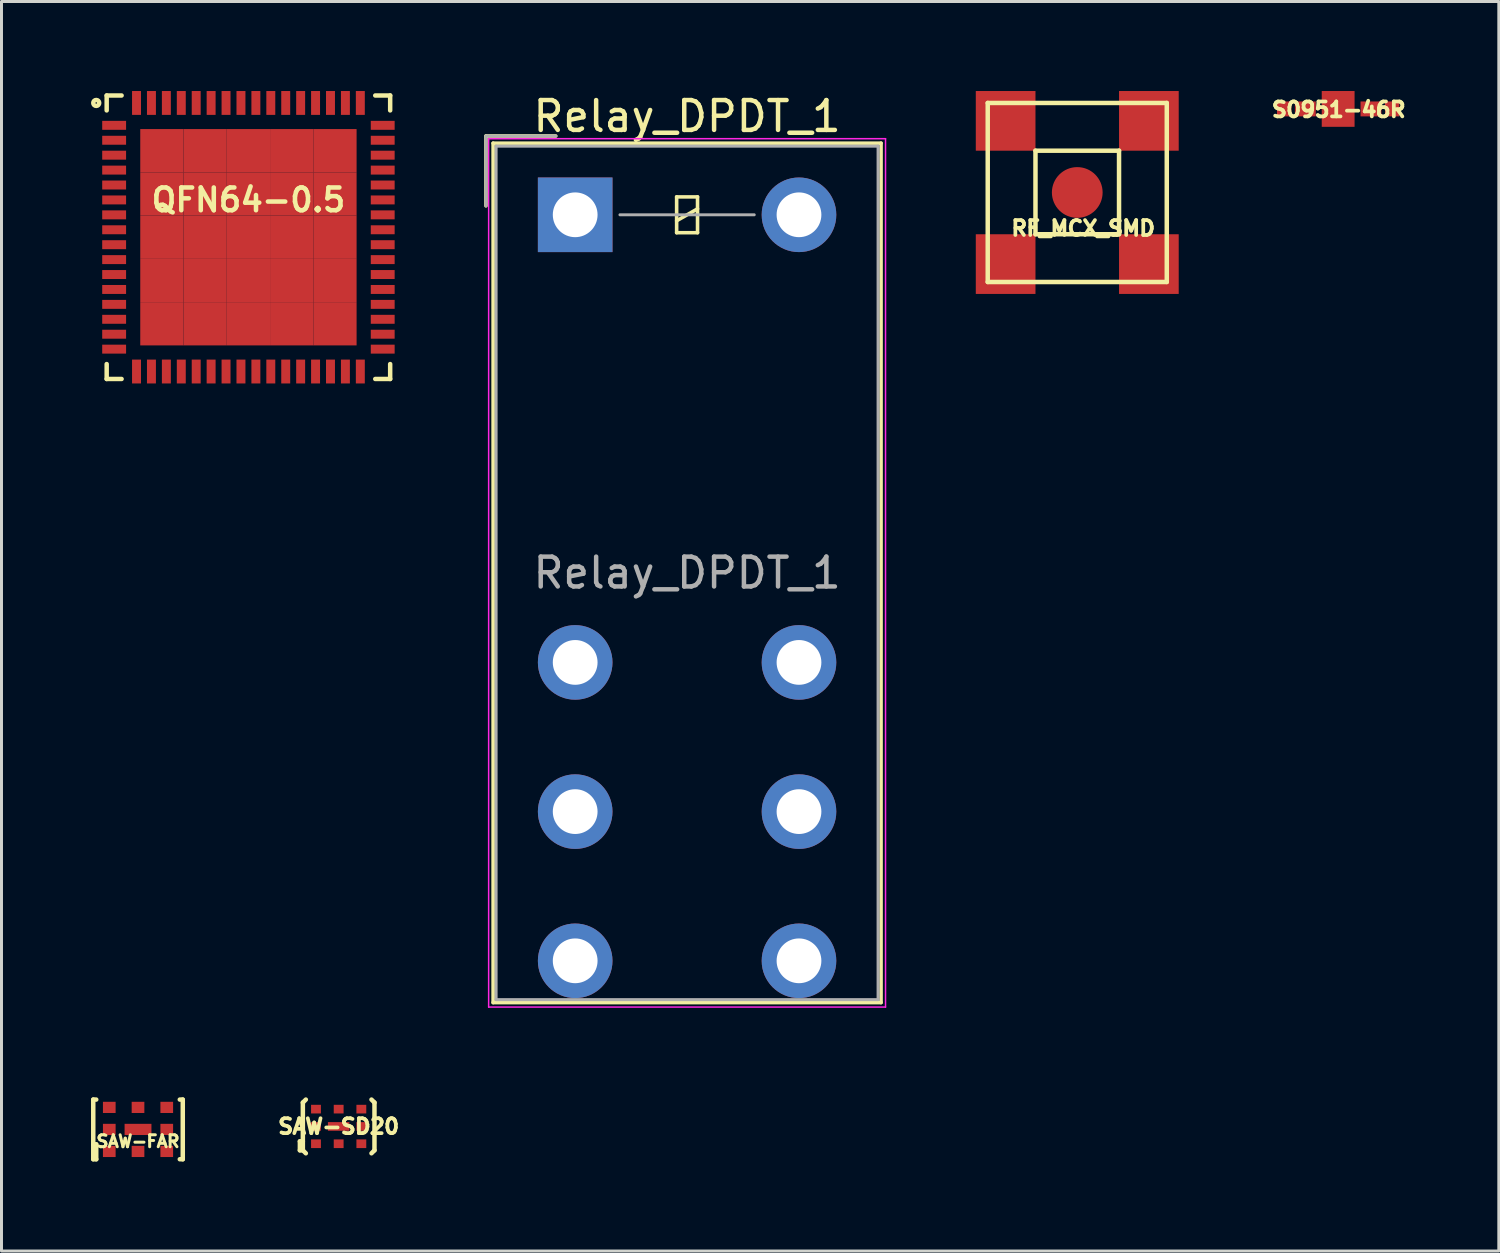
<source format=kicad_pcb>
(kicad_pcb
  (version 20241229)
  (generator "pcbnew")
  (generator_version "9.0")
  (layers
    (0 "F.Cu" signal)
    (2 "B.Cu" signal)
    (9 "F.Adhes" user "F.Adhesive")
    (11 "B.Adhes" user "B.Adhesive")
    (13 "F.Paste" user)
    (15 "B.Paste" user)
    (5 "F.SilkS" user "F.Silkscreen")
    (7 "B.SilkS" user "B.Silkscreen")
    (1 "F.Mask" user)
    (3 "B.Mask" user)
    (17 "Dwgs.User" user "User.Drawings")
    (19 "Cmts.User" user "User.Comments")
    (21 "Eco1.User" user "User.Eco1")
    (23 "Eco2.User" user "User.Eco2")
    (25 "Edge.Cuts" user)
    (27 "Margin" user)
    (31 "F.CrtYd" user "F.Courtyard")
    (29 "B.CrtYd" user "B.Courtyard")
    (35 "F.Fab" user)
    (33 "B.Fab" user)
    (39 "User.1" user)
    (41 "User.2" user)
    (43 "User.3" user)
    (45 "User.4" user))
  (footprint "SAW-FAR"
    (layer "F.Cu")
    (at 1.575 34.798)
    (property "Reference" "SAW-FAR" (at 0 0.4 0) (layer "F.SilkS") (effects (font (size 0.4 0.4) (thickness 0.1))))
    (attr smd)
    (fp_line (start -1.5 -1) (end -1.4 -1) (stroke (width 0.15) (type solid)) (layer "F.SilkS"))
    (fp_line (start -1.5 1) (end -1.5 -1) (stroke (width 0.15) (type solid)) (layer "F.SilkS"))
    (fp_line (start -1.4 0.5) (end -1.5 0.5) (stroke (width 0.15) (type solid)) (layer "F.SilkS"))
    (fp_line (start -1.4 1) (end -1.5 1) (stroke (width 0.15) (type solid)) (layer "F.SilkS"))
    (fp_line (start -1.4 1) (end -1.4 0.5) (stroke (width 0.15) (type solid)) (layer "F.SilkS"))
    (fp_line (start 1.4 1) (end 1.5 1) (stroke (width 0.15) (type solid)) (layer "F.SilkS"))
    (fp_line (start 1.5 -1) (end 1.4 -1) (stroke (width 0.15) (type solid)) (layer "F.SilkS"))
    (fp_line (start 1.5 1) (end 1.5 -1) (stroke (width 0.15) (type solid)) (layer "F.SilkS"))
    (pad "1" smd rect (at -0.963 0.738) (size 0.425 0.375) (layers "F.Cu" "F.Mask" "F.Paste"))
    (pad "2" smd rect (at 0 0.738) (size 0.425 0.375) (layers "F.Cu" "F.Mask" "F.Paste"))
    (pad "3" smd rect (at 0.963 0.738) (size 0.425 0.375) (layers "F.Cu" "F.Mask" "F.Paste"))
    (pad "4" smd rect (at 0.963 0) (size 0.425 0.375) (layers "F.Cu" "F.Mask" "F.Paste"))
    (pad "5" smd rect (at 0.963 -0.738) (size 0.425 0.375) (layers "F.Cu" "F.Mask" "F.Paste"))
    (pad "6" smd rect (at 0 -0.738) (size 0.425 0.375) (layers "F.Cu" "F.Mask" "F.Paste"))
    (pad "7" smd rect (at -0.963 -0.738) (size 0.425 0.375) (layers "F.Cu" "F.Mask" "F.Paste"))
    (pad "8" smd rect (at -0.963 0) (size 0.425 0.375) (layers "F.Cu" "F.Mask" "F.Paste"))
    (pad "9" smd rect (at 0 0) (size 0.9 0.375) (layers "F.Cu" "F.Mask" "F.Paste")))
  (footprint "Relay_DPDT_1"
    (layer "F.Cu")
    (at 16.225 4.148)
    (property "Reference" "Relay_DPDT_1" (at 3.75 -3.3 0) (layer "F.SilkS") (effects (font (size 1 1) (thickness 0.15))))
    (attr through_hole)
    (fp_line (start -2.99 -2.64) (end -0.65 -2.64) (stroke (width 0.12) (type solid)) (layer "F.SilkS"))
    (fp_line (start -2.99 -0.3) (end -2.99 -2.64) (stroke (width 0.12) (type solid)) (layer "F.SilkS"))
    (fp_line (start -2.75 -2.4) (end -2.75 26.4) (stroke (width 0.12) (type solid)) (layer "F.SilkS"))
    (fp_line (start -2.75 26.4) (end 10.25 26.4) (stroke (width 0.12) (type solid)) (layer "F.SilkS"))
    (fp_line (start 3.4 -0.6) (end 3.4 0.6) (stroke (width 0.12) (type solid)) (layer "F.SilkS"))
    (fp_line (start 3.4 0.2) (end 4.1 -0.2) (stroke (width 0.12) (type solid)) (layer "F.SilkS"))
    (fp_line (start 3.4 0.6) (end 4.1 0.6) (stroke (width 0.12) (type solid)) (layer "F.SilkS"))
    (fp_line (start 4.1 -0.6) (end 3.4 -0.6) (stroke (width 0.12) (type solid)) (layer "F.SilkS"))
    (fp_line (start 4.1 0.6) (end 4.1 -0.6) (stroke (width 0.12) (type solid)) (layer "F.SilkS"))
    (fp_line (start 10.25 -2.4) (end -2.75 -2.4) (stroke (width 0.12) (type solid)) (layer "F.SilkS"))
    (fp_line (start 10.25 26.4) (end 10.25 -2.4) (stroke (width 0.12) (type solid)) (layer "F.SilkS"))
    (fp_line (start -2.9 -2.55) (end -2.9 26.55) (stroke (width 0.05) (type solid)) (layer "F.CrtYd"))
    (fp_line (start -2.9 26.55) (end 10.4 26.55) (stroke (width 0.05) (type solid)) (layer "F.CrtYd"))
    (fp_line (start 10.4 -2.55) (end -2.9 -2.55) (stroke (width 0.05) (type solid)) (layer "F.CrtYd"))
    (fp_line (start 10.4 26.55) (end 10.4 -2.55) (stroke (width 0.05) (type solid)) (layer "F.CrtYd"))
    (fp_line (start -2.99 -2.64) (end -0.65 -2.64) (stroke (width 0.1) (type solid)) (layer "F.Fab"))
    (fp_line (start -2.99 -0.3) (end -2.99 -2.64) (stroke (width 0.1) (type solid)) (layer "F.Fab"))
    (fp_line (start -2.65 -2.3) (end -2.65 26.3) (stroke (width 0.1) (type solid)) (layer "F.Fab"))
    (fp_line (start -2.65 26.3) (end 10.15 26.3) (stroke (width 0.1) (type solid)) (layer "F.Fab"))
    (fp_line (start 1.5 0) (end 6 0) (stroke (width 0.1) (type solid)) (layer "F.Fab"))
    (fp_line (start 10.15 -2.3) (end -2.65 -2.3) (stroke (width 0.1) (type solid)) (layer "F.Fab"))
    (fp_line (start 10.15 26.3) (end 10.15 -2.3) (stroke (width 0.1) (type solid)) (layer "F.Fab"))
    (fp_text user "${REFERENCE}" (at 3.75 12 0) (layer "F.Fab") (effects (font (size 1 1) (thickness 0.15))))
    (pad "1" thru_hole oval (at 7.5 0) (size 2.5 2.5) (drill 1.5) (layers "*.Cu" "*.Mask"))
    (pad "4" thru_hole oval (at 7.5 20) (size 2.5 2.5) (drill 1.5) (layers "*.Cu" "*.Mask"))
    (pad "6" thru_hole oval (at 7.5 15) (size 2.5 2.5) (drill 1.5) (layers "*.Cu" "*.Mask"))
    (pad "8" thru_hole oval (at 7.5 25) (size 2.5 2.5) (drill 1.5) (layers "*.Cu" "*.Mask"))
    (pad "9" thru_hole oval (at 0 25) (size 2.5 2.5) (drill 1.5) (layers "*.Cu" "*.Mask"))
    (pad "11" thru_hole oval (at 0 15) (size 2.5 2.5) (drill 1.5) (layers "*.Cu" "*.Mask"))
    (pad "13" thru_hole oval (at 0 20) (size 2.5 2.5) (drill 1.5) (layers "*.Cu" "*.Mask"))
    (pad "16" thru_hole rect (at 0 0) (size 2.5 2.5) (drill 1.5) (layers "*.Cu" "*.Mask")))
  (footprint "SAW-SD20"
    (layer "F.Cu")
    (at 8.299 34.698)
    (property "Reference" "SAW-SD20" (at 0 0 0) (layer "F.SilkS") (effects (font (size 0.5 0.5) (thickness 0.125))))
    (attr through_hole)
    (fp_line (start -1.3 0.5) (end -1.2 0.5) (stroke (width 0.15) (type solid)) (layer "F.SilkS"))
    (fp_line (start -1.3 0.8) (end -1.3 0.5) (stroke (width 0.15) (type solid)) (layer "F.SilkS"))
    (fp_line (start -1.2 -0.8) (end -1.1 -0.9) (stroke (width 0.15) (type solid)) (layer "F.SilkS"))
    (fp_line (start -1.2 0.8) (end -1.3 0.8) (stroke (width 0.15) (type solid)) (layer "F.SilkS"))
    (fp_line (start -1.2 0.8) (end -1.2 -0.8) (stroke (width 0.15) (type solid)) (layer "F.SilkS"))
    (fp_line (start -1.2 0.8) (end -1.1 0.9) (stroke (width 0.15) (type solid)) (layer "F.SilkS"))
    (fp_line (start 1.2 -0.8) (end 1.1 -0.9) (stroke (width 0.15) (type solid)) (layer "F.SilkS"))
    (fp_line (start 1.2 0.8) (end 1.1 0.9) (stroke (width 0.15) (type solid)) (layer "F.SilkS"))
    (fp_line (start 1.2 0.8) (end 1.2 -0.8) (stroke (width 0.15) (type solid)) (layer "F.SilkS"))
    (pad "1" smd rect (at -0.76 0.58) (size 0.33 0.29) (layers "F.Cu" "F.Mask" "F.Paste"))
    (pad "2" smd rect (at 0 0.58) (size 0.33 0.29) (layers "F.Cu" "F.Mask" "F.Paste"))
    (pad "3" smd rect (at 0.76 0.58) (size 0.33 0.29) (layers "F.Cu" "F.Mask" "F.Paste"))
    (pad "4" smd rect (at 0.76 0) (size 0.33 0.29) (layers "F.Cu" "F.Mask" "F.Paste"))
    (pad "5" smd rect (at 0.76 -0.58) (size 0.33 0.29) (layers "F.Cu" "F.Mask" "F.Paste"))
    (pad "6" smd rect (at 0 -0.58) (size 0.33 0.29) (layers "F.Cu" "F.Mask" "F.Paste"))
    (pad "7" smd rect (at -0.76 -0.58) (size 0.33 0.29) (layers "F.Cu" "F.Mask" "F.Paste"))
    (pad "8" smd rect (at -0.76 0) (size 0.33 0.29) (layers "F.Cu" "F.Mask" "F.Paste"))
    (pad "9" smd rect (at 0 0) (size 0.72 0.29) (layers "F.Cu" "F.Mask" "F.Paste")))
  (footprint "S0951-46R"
    (layer "F.Cu")
    (at 41.793 0.6)
    (property "Reference" "S0951-46R" (at 0.02 0.025 0) (layer "F.SilkS") (effects (font (size 0.5 0.5) (thickness 0.125))))
    (attr through_hole)
    (pad "1" smd rect (at -1.81 0) (size 0.48 0.5) (layers "F.Cu" "F.Mask" "F.Paste"))
    (pad "1" smd rect (at -1.1 0) (size 0.7 0.5) (layers "F.Cu" "F.Mask" "F.Paste"))
    (pad "1" smd rect (at 0 0) (size 1.1 1.2) (layers "F.Cu" "F.Mask" "F.Paste"))
    (pad "1" smd rect (at 1.1 0) (size 0.7 0.5) (layers "F.Cu" "F.Mask" "F.Paste"))
    (pad "1" smd rect (at 1.81 0) (size 0.48 0.5) (layers "F.Cu" "F.Mask" "F.Paste")))
  (footprint "QFN64-0.5"
    (layer "F.Cu")
    (at 5.275 4.9)
    (property "Reference" "QFN64-0.5" (at 0 -1.25 0) (layer "F.SilkS") (effects (font (size 0.762 0.762) (thickness 0.152))))
    (attr smd)
    (fp_line (start -4.75 -4.75) (end -4.25 -4.75) (stroke (width 0.15) (type solid)) (layer "F.SilkS"))
    (fp_line (start -4.75 -4.25) (end -4.75 -4.75) (stroke (width 0.15) (type solid)) (layer "F.SilkS"))
    (fp_line (start -4.75 4.25) (end -4.75 4.75) (stroke (width 0.15) (type solid)) (layer "F.SilkS"))
    (fp_line (start -4.75 4.75) (end -4.25 4.75) (stroke (width 0.15) (type solid)) (layer "F.SilkS"))
    (fp_line (start 4.25 -4.75) (end 4.75 -4.75) (stroke (width 0.15) (type solid)) (layer "F.SilkS"))
    (fp_line (start 4.75 -4.75) (end 4.75 -4.25) (stroke (width 0.15) (type solid)) (layer "F.SilkS"))
    (fp_line (start 4.75 4.25) (end 4.75 4.75) (stroke (width 0.15) (type solid)) (layer "F.SilkS"))
    (fp_line (start 4.75 4.75) (end 4.25 4.75) (stroke (width 0.15) (type solid)) (layer "F.SilkS"))
    (fp_circle (center -5.1 -4.5) (end -5.1 -4.4) (stroke (width 0.15) (type solid)) (fill no) (layer "F.SilkS"))
    (pad "1" smd rect (at -4.5 -3.75) (size 0.8 0.3) (layers "F.Cu" "F.Mask" "F.Paste"))
    (pad "2" smd rect (at -4.5 -3.25) (size 0.8 0.3) (layers "F.Cu" "F.Mask" "F.Paste"))
    (pad "3" smd rect (at -4.5 -2.75) (size 0.8 0.3) (layers "F.Cu" "F.Mask" "F.Paste"))
    (pad "4" smd rect (at -4.5 -2.25) (size 0.8 0.3) (layers "F.Cu" "F.Mask" "F.Paste"))
    (pad "5" smd rect (at -4.5 -1.75) (size 0.8 0.3) (layers "F.Cu" "F.Mask" "F.Paste"))
    (pad "6" smd rect (at -4.5 -1.25) (size 0.8 0.3) (layers "F.Cu" "F.Mask" "F.Paste"))
    (pad "7" smd rect (at -4.5 -0.75) (size 0.8 0.3) (layers "F.Cu" "F.Mask" "F.Paste"))
    (pad "8" smd rect (at -4.5 -0.25) (size 0.8 0.3) (layers "F.Cu" "F.Mask" "F.Paste"))
    (pad "9" smd rect (at -4.5 0.25) (size 0.8 0.3) (layers "F.Cu" "F.Mask" "F.Paste"))
    (pad "10" smd rect (at -4.5 0.75) (size 0.8 0.3) (layers "F.Cu" "F.Mask" "F.Paste"))
    (pad "11" smd rect (at -4.5 1.25) (size 0.8 0.3) (layers "F.Cu" "F.Mask" "F.Paste"))
    (pad "12" smd rect (at -4.5 1.75) (size 0.8 0.3) (layers "F.Cu" "F.Mask" "F.Paste"))
    (pad "13" smd rect (at -4.5 2.25) (size 0.8 0.3) (layers "F.Cu" "F.Mask" "F.Paste"))
    (pad "14" smd rect (at -4.5 2.75) (size 0.8 0.3) (layers "F.Cu" "F.Mask" "F.Paste"))
    (pad "15" smd rect (at -4.5 3.25) (size 0.8 0.3) (layers "F.Cu" "F.Mask" "F.Paste"))
    (pad "16" smd rect (at -4.5 3.75) (size 0.8 0.3) (layers "F.Cu" "F.Mask" "F.Paste"))
    (pad "17" smd rect (at -3.75 4.5 90) (size 0.8 0.3) (layers "F.Cu" "F.Mask" "F.Paste"))
    (pad "18" smd rect (at -3.25 4.5 90) (size 0.8 0.3) (layers "F.Cu" "F.Mask" "F.Paste"))
    (pad "19" smd rect (at -2.75 4.5 90) (size 0.8 0.3) (layers "F.Cu" "F.Mask" "F.Paste"))
    (pad "20" smd rect (at -2.25 4.5 90) (size 0.8 0.3) (layers "F.Cu" "F.Mask" "F.Paste"))
    (pad "21" smd rect (at -1.75 4.5 90) (size 0.8 0.3) (layers "F.Cu" "F.Mask" "F.Paste"))
    (pad "22" smd rect (at -1.25 4.5 90) (size 0.8 0.3) (layers "F.Cu" "F.Mask" "F.Paste"))
    (pad "23" smd rect (at -0.75 4.5 90) (size 0.8 0.3) (layers "F.Cu" "F.Mask" "F.Paste"))
    (pad "24" smd rect (at -0.25 4.5 90) (size 0.8 0.3) (layers "F.Cu" "F.Mask" "F.Paste"))
    (pad "25" smd rect (at 0.25 4.5 90) (size 0.8 0.3) (layers "F.Cu" "F.Mask" "F.Paste"))
    (pad "26" smd rect (at 0.75 4.5 90) (size 0.8 0.3) (layers "F.Cu" "F.Mask" "F.Paste"))
    (pad "27" smd rect (at 1.25 4.5 90) (size 0.8 0.3) (layers "F.Cu" "F.Mask" "F.Paste"))
    (pad "28" smd rect (at 1.75 4.5 90) (size 0.8 0.3) (layers "F.Cu" "F.Mask" "F.Paste"))
    (pad "29" smd rect (at 2.25 4.5 90) (size 0.8 0.3) (layers "F.Cu" "F.Mask" "F.Paste"))
    (pad "30" smd rect (at 2.75 4.5 90) (size 0.8 0.3) (layers "F.Cu" "F.Mask" "F.Paste"))
    (pad "31" smd rect (at 3.25 4.5 90) (size 0.8 0.3) (layers "F.Cu" "F.Mask" "F.Paste"))
    (pad "32" smd rect (at 3.75 4.5 90) (size 0.8 0.3) (layers "F.Cu" "F.Mask" "F.Paste"))
    (pad "33" smd rect (at 4.5 3.75) (size 0.8 0.3) (layers "F.Cu" "F.Mask" "F.Paste"))
    (pad "34" smd rect (at 4.5 3.25) (size 0.8 0.3) (layers "F.Cu" "F.Mask" "F.Paste"))
    (pad "35" smd rect (at 4.5 2.75) (size 0.8 0.3) (layers "F.Cu" "F.Mask" "F.Paste"))
    (pad "36" smd rect (at 4.5 2.25) (size 0.8 0.3) (layers "F.Cu" "F.Mask" "F.Paste"))
    (pad "37" smd rect (at 4.5 1.75) (size 0.8 0.3) (layers "F.Cu" "F.Mask" "F.Paste"))
    (pad "38" smd rect (at 4.5 1.25) (size 0.8 0.3) (layers "F.Cu" "F.Mask" "F.Paste"))
    (pad "39" smd rect (at 4.5 0.75) (size 0.8 0.3) (layers "F.Cu" "F.Mask" "F.Paste"))
    (pad "40" smd rect (at 4.5 0.25) (size 0.8 0.3) (layers "F.Cu" "F.Mask" "F.Paste"))
    (pad "41" smd rect (at 4.5 -0.25) (size 0.8 0.3) (layers "F.Cu" "F.Mask" "F.Paste"))
    (pad "42" smd rect (at 4.5 -0.75) (size 0.8 0.3) (layers "F.Cu" "F.Mask" "F.Paste"))
    (pad "43" smd rect (at 4.5 -1.25) (size 0.8 0.3) (layers "F.Cu" "F.Mask" "F.Paste"))
    (pad "44" smd rect (at 4.5 -1.75) (size 0.8 0.3) (layers "F.Cu" "F.Mask" "F.Paste"))
    (pad "45" smd rect (at 4.5 -2.25) (size 0.8 0.3) (layers "F.Cu" "F.Mask" "F.Paste"))
    (pad "46" smd rect (at 4.5 -2.75) (size 0.8 0.3) (layers "F.Cu" "F.Mask" "F.Paste"))
    (pad "47" smd rect (at 4.5 -3.25) (size 0.8 0.3) (layers "F.Cu" "F.Mask" "F.Paste"))
    (pad "48" smd rect (at 4.5 -3.75) (size 0.8 0.3) (layers "F.Cu" "F.Mask" "F.Paste"))
    (pad "49" smd rect (at 3.75 -4.5 90) (size 0.8 0.3) (layers "F.Cu" "F.Mask" "F.Paste"))
    (pad "50" smd rect (at 3.25 -4.5 90) (size 0.8 0.3) (layers "F.Cu" "F.Mask" "F.Paste"))
    (pad "51" smd rect (at 2.75 -4.5 90) (size 0.8 0.3) (layers "F.Cu" "F.Mask" "F.Paste"))
    (pad "52" smd rect (at 2.25 -4.5 90) (size 0.8 0.3) (layers "F.Cu" "F.Mask" "F.Paste"))
    (pad "53" smd rect (at 1.75 -4.5 90) (size 0.8 0.3) (layers "F.Cu" "F.Mask" "F.Paste"))
    (pad "54" smd rect (at 1.25 -4.5 90) (size 0.8 0.3) (layers "F.Cu" "F.Mask" "F.Paste"))
    (pad "55" smd rect (at 0.75 -4.5 90) (size 0.8 0.3) (layers "F.Cu" "F.Mask" "F.Paste"))
    (pad "56" smd rect (at 0.25 -4.5 90) (size 0.8 0.3) (layers "F.Cu" "F.Mask" "F.Paste"))
    (pad "57" smd rect (at -0.25 -4.5 90) (size 0.8 0.3) (layers "F.Cu" "F.Mask" "F.Paste"))
    (pad "58" smd rect (at -0.75 -4.5 90) (size 0.8 0.3) (layers "F.Cu" "F.Mask" "F.Paste"))
    (pad "59" smd rect (at -1.25 -4.5 90) (size 0.8 0.3) (layers "F.Cu" "F.Mask" "F.Paste"))
    (pad "60" smd rect (at -1.75 -4.5 90) (size 0.8 0.3) (layers "F.Cu" "F.Mask" "F.Paste"))
    (pad "61" smd rect (at -2.25 -4.5 90) (size 0.8 0.3) (layers "F.Cu" "F.Mask" "F.Paste"))
    (pad "62" smd rect (at -2.75 -4.5 90) (size 0.8 0.3) (layers "F.Cu" "F.Mask" "F.Paste"))
    (pad "63" smd rect (at -3.25 -4.5 90) (size 0.8 0.3) (layers "F.Cu" "F.Mask" "F.Paste"))
    (pad "64" smd rect (at -3.75 -4.5 90) (size 0.8 0.3) (layers "F.Cu" "F.Mask" "F.Paste"))
    (pad "65" smd rect (at -2.9 -2.9) (size 1.45 1.45) (layers "F.Cu" "F.Mask" "F.Paste"))
    (pad "65" smd rect (at -2.9 -1.45) (size 1.45 1.45) (layers "F.Cu" "F.Mask" "F.Paste"))
    (pad "65" smd rect (at -2.9 0) (size 1.45 1.45) (layers "F.Cu" "F.Mask" "F.Paste"))
    (pad "65" smd rect (at -2.9 1.45) (size 1.45 1.45) (layers "F.Cu" "F.Mask" "F.Paste"))
    (pad "65" smd rect (at -2.9 2.9) (size 1.45 1.45) (layers "F.Cu" "F.Mask" "F.Paste"))
    (pad "65" smd rect (at -1.45 -2.9) (size 1.45 1.45) (layers "F.Cu" "F.Mask" "F.Paste"))
    (pad "65" smd rect (at -1.45 -1.45) (size 1.45 1.45) (layers "F.Cu" "F.Mask" "F.Paste"))
    (pad "65" smd rect (at -1.45 0) (size 1.45 1.45) (layers "F.Cu" "F.Mask" "F.Paste"))
    (pad "65" smd rect (at -1.45 1.45) (size 1.45 1.45) (layers "F.Cu" "F.Mask" "F.Paste"))
    (pad "65" smd rect (at -1.45 2.9) (size 1.45 1.45) (layers "F.Cu" "F.Mask" "F.Paste"))
    (pad "65" smd rect (at 0 -2.9) (size 1.45 1.45) (layers "F.Cu" "F.Mask" "F.Paste"))
    (pad "65" smd rect (at 0 -1.45) (size 1.45 1.45) (layers "F.Cu" "F.Mask" "F.Paste"))
    (pad "65" smd rect (at 0 0) (size 1.45 1.45) (layers "F.Cu" "F.Mask" "F.Paste"))
    (pad "65" smd rect (at 0 1.45) (size 1.45 1.45) (layers "F.Cu" "F.Mask" "F.Paste"))
    (pad "65" smd rect (at 0 2.9) (size 1.45 1.45) (layers "F.Cu" "F.Mask" "F.Paste"))
    (pad "65" smd rect (at 1.45 -2.9) (size 1.45 1.45) (layers "F.Cu" "F.Mask" "F.Paste"))
    (pad "65" smd rect (at 1.45 -1.45) (size 1.45 1.45) (layers "F.Cu" "F.Mask" "F.Paste"))
    (pad "65" smd rect (at 1.45 0) (size 1.45 1.45) (layers "F.Cu" "F.Mask" "F.Paste"))
    (pad "65" smd rect (at 1.45 1.45) (size 1.45 1.45) (layers "F.Cu" "F.Mask" "F.Paste"))
    (pad "65" smd rect (at 1.45 2.9) (size 1.45 1.45) (layers "F.Cu" "F.Mask" "F.Paste"))
    (pad "65" smd rect (at 2.9 -2.9) (size 1.45 1.45) (layers "F.Cu" "F.Mask" "F.Paste"))
    (pad "65" smd rect (at 2.9 -1.45) (size 1.45 1.45) (layers "F.Cu" "F.Mask" "F.Paste"))
    (pad "65" smd rect (at 2.9 0) (size 1.45 1.45) (layers "F.Cu" "F.Mask" "F.Paste"))
    (pad "65" smd rect (at 2.9 1.45) (size 1.45 1.45) (layers "F.Cu" "F.Mask" "F.Paste"))
    (pad "65" smd rect (at 2.9 2.9) (size 1.45 1.45) (layers "F.Cu" "F.Mask" "F.Paste")))
  (footprint "RF_MCX_SMD"
    (layer "F.Cu")
    (at 33.05 3.4)
    (property "Reference" "RF_MCX_SMD" (at 0.2 1.2 0) (layer "F.SilkS") (effects (font (size 0.5 0.5) (thickness 0.125))))
    (attr through_hole)
    (fp_line (start -3 -3) (end 3 -3) (stroke (width 0.15) (type solid)) (layer "F.SilkS"))
    (fp_line (start -3 3) (end -3 -3) (stroke (width 0.15) (type solid)) (layer "F.SilkS"))
    (fp_line (start -1.4 -1.4) (end 1.4 -1.4) (stroke (width 0.15) (type solid)) (layer "F.SilkS"))
    (fp_line (start -1.4 1.4) (end -1.4 -1.4) (stroke (width 0.15) (type solid)) (layer "F.SilkS"))
    (fp_line (start 1.4 -1.4) (end 1.4 1.4) (stroke (width 0.15) (type solid)) (layer "F.SilkS"))
    (fp_line (start 1.4 1.4) (end -1.4 1.4) (stroke (width 0.15) (type solid)) (layer "F.SilkS"))
    (fp_line (start 3 -3) (end 3 3) (stroke (width 0.15) (type solid)) (layer "F.SilkS"))
    (fp_line (start 3 3) (end -3 3) (stroke (width 0.15) (type solid)) (layer "F.SilkS"))
    (pad "1" smd circle (at 0 0) (size 1.7 1.7) (layers "F.Cu" "F.Mask" "F.Paste"))
    (pad "2" smd rect (at -2.4 -2.4) (size 2 2) (layers "F.Cu" "F.Mask" "F.Paste"))
    (pad "2" smd rect (at 2.4 -2.4) (size 2 2) (layers "F.Cu" "F.Mask" "F.Paste"))
    (pad "3" smd rect (at -2.4 2.4) (size 2 2) (layers "F.Cu" "F.Mask" "F.Paste"))
    (pad "3" smd rect (at 2.4 2.4) (size 2 2) (layers "F.Cu" "F.Mask" "F.Paste")))
  (gr_rect
    (start -3 -3)
    (end 47.177 38.873)
    (stroke (width 0.1) (type default))
    (fill no)
    (layer "Edge.Cuts")))
</source>
